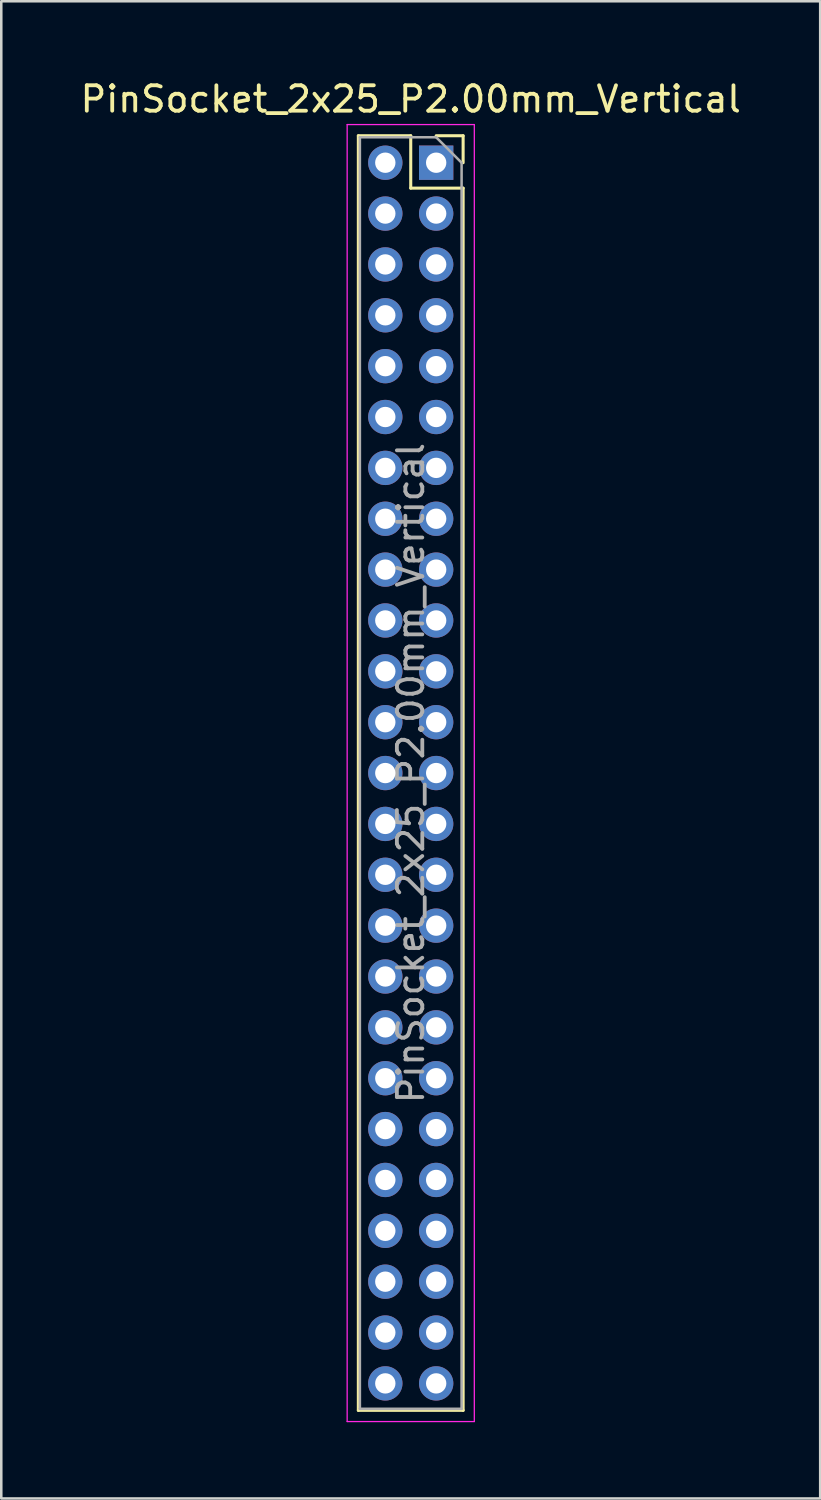
<source format=kicad_pcb>
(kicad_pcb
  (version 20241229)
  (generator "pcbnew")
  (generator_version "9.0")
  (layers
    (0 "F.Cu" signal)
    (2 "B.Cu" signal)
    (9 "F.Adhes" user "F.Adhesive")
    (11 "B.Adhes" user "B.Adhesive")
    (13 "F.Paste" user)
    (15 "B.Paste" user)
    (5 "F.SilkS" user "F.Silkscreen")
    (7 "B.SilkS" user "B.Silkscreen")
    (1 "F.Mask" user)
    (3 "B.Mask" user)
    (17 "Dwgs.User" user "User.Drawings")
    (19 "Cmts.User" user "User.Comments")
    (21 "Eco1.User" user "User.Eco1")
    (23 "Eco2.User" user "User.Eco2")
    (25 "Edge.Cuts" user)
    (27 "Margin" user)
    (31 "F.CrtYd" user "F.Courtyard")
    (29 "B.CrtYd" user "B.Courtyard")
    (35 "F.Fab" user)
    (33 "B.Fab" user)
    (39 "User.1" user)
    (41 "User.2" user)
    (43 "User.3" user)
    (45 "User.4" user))
  (footprint "PinSocket_2x25_P2.00mm_Vertical"
    (layer "F.Cu")
    (at 14.101 3.348)
    (property "Reference" "PinSocket_2x25_P2.00mm_Vertical" (at -1 -2.5 0) (layer "F.SilkS") (effects (font (size 1 1) (thickness 0.15))))
    (attr through_hole)
    (fp_line (start -3.06 -1.06) (end -3.06 49.06) (stroke (width 0.12) (type solid)) (layer "F.SilkS"))
    (fp_line (start -3.06 -1.06) (end -1 -1.06) (stroke (width 0.12) (type solid)) (layer "F.SilkS"))
    (fp_line (start -3.06 49.06) (end 1.06 49.06) (stroke (width 0.12) (type solid)) (layer "F.SilkS"))
    (fp_line (start -1 -1.06) (end -1 1) (stroke (width 0.12) (type solid)) (layer "F.SilkS"))
    (fp_line (start -1 1) (end 1.06 1) (stroke (width 0.12) (type solid)) (layer "F.SilkS"))
    (fp_line (start 0 -1.06) (end 1.06 -1.06) (stroke (width 0.12) (type solid)) (layer "F.SilkS"))
    (fp_line (start 1.06 -1.06) (end 1.06 0) (stroke (width 0.12) (type solid)) (layer "F.SilkS"))
    (fp_line (start 1.06 1) (end 1.06 49.06) (stroke (width 0.12) (type solid)) (layer "F.SilkS"))
    (fp_line (start -3.5 -1.5) (end 1.5 -1.5) (stroke (width 0.05) (type solid)) (layer "F.CrtYd"))
    (fp_line (start -3.5 49.5) (end -3.5 -1.5) (stroke (width 0.05) (type solid)) (layer "F.CrtYd"))
    (fp_line (start 1.5 -1.5) (end 1.5 49.5) (stroke (width 0.05) (type solid)) (layer "F.CrtYd"))
    (fp_line (start 1.5 49.5) (end -3.5 49.5) (stroke (width 0.05) (type solid)) (layer "F.CrtYd"))
    (fp_line (start -3 -1) (end 0 -1) (stroke (width 0.1) (type solid)) (layer "F.Fab"))
    (fp_line (start -3 49) (end -3 -1) (stroke (width 0.1) (type solid)) (layer "F.Fab"))
    (fp_line (start 0 -1) (end 1 0) (stroke (width 0.1) (type solid)) (layer "F.Fab"))
    (fp_line (start 1 0) (end 1 49) (stroke (width 0.1) (type solid)) (layer "F.Fab"))
    (fp_line (start 1 49) (end -3 49) (stroke (width 0.1) (type solid)) (layer "F.Fab"))
    (fp_text user "${REFERENCE}" (at -1 24 90) (layer "F.Fab") (effects (font (size 1 1) (thickness 0.15))))
    (pad "1" thru_hole rect (at 0 0) (size 1.35 1.35) (drill 0.8) (layers "*.Cu" "*.Mask"))
    (pad "2" thru_hole circle (at -2 0) (size 1.35 1.35) (drill 0.8) (layers "*.Cu" "*.Mask"))
    (pad "3" thru_hole circle (at 0 2) (size 1.35 1.35) (drill 0.8) (layers "*.Cu" "*.Mask"))
    (pad "4" thru_hole circle (at -2 2) (size 1.35 1.35) (drill 0.8) (layers "*.Cu" "*.Mask"))
    (pad "5" thru_hole circle (at 0 4) (size 1.35 1.35) (drill 0.8) (layers "*.Cu" "*.Mask"))
    (pad "6" thru_hole circle (at -2 4) (size 1.35 1.35) (drill 0.8) (layers "*.Cu" "*.Mask"))
    (pad "7" thru_hole circle (at 0 6) (size 1.35 1.35) (drill 0.8) (layers "*.Cu" "*.Mask"))
    (pad "8" thru_hole circle (at -2 6) (size 1.35 1.35) (drill 0.8) (layers "*.Cu" "*.Mask"))
    (pad "9" thru_hole circle (at 0 8) (size 1.35 1.35) (drill 0.8) (layers "*.Cu" "*.Mask"))
    (pad "10" thru_hole circle (at -2 8) (size 1.35 1.35) (drill 0.8) (layers "*.Cu" "*.Mask"))
    (pad "11" thru_hole circle (at 0 10) (size 1.35 1.35) (drill 0.8) (layers "*.Cu" "*.Mask"))
    (pad "12" thru_hole circle (at -2 10) (size 1.35 1.35) (drill 0.8) (layers "*.Cu" "*.Mask"))
    (pad "13" thru_hole circle (at 0 12) (size 1.35 1.35) (drill 0.8) (layers "*.Cu" "*.Mask"))
    (pad "14" thru_hole circle (at -2 12) (size 1.35 1.35) (drill 0.8) (layers "*.Cu" "*.Mask"))
    (pad "15" thru_hole circle (at 0 14) (size 1.35 1.35) (drill 0.8) (layers "*.Cu" "*.Mask"))
    (pad "16" thru_hole circle (at -2 14) (size 1.35 1.35) (drill 0.8) (layers "*.Cu" "*.Mask"))
    (pad "17" thru_hole circle (at 0 16) (size 1.35 1.35) (drill 0.8) (layers "*.Cu" "*.Mask"))
    (pad "18" thru_hole circle (at -2 16) (size 1.35 1.35) (drill 0.8) (layers "*.Cu" "*.Mask"))
    (pad "19" thru_hole circle (at 0 18) (size 1.35 1.35) (drill 0.8) (layers "*.Cu" "*.Mask"))
    (pad "20" thru_hole circle (at -2 18) (size 1.35 1.35) (drill 0.8) (layers "*.Cu" "*.Mask"))
    (pad "21" thru_hole circle (at 0 20) (size 1.35 1.35) (drill 0.8) (layers "*.Cu" "*.Mask"))
    (pad "22" thru_hole circle (at -2 20) (size 1.35 1.35) (drill 0.8) (layers "*.Cu" "*.Mask"))
    (pad "23" thru_hole circle (at 0 22) (size 1.35 1.35) (drill 0.8) (layers "*.Cu" "*.Mask"))
    (pad "24" thru_hole circle (at -2 22) (size 1.35 1.35) (drill 0.8) (layers "*.Cu" "*.Mask"))
    (pad "25" thru_hole circle (at 0 24) (size 1.35 1.35) (drill 0.8) (layers "*.Cu" "*.Mask"))
    (pad "26" thru_hole circle (at -2 24) (size 1.35 1.35) (drill 0.8) (layers "*.Cu" "*.Mask"))
    (pad "27" thru_hole circle (at 0 26) (size 1.35 1.35) (drill 0.8) (layers "*.Cu" "*.Mask"))
    (pad "28" thru_hole circle (at -2 26) (size 1.35 1.35) (drill 0.8) (layers "*.Cu" "*.Mask"))
    (pad "29" thru_hole circle (at 0 28) (size 1.35 1.35) (drill 0.8) (layers "*.Cu" "*.Mask"))
    (pad "30" thru_hole circle (at -2 28) (size 1.35 1.35) (drill 0.8) (layers "*.Cu" "*.Mask"))
    (pad "31" thru_hole circle (at 0 30) (size 1.35 1.35) (drill 0.8) (layers "*.Cu" "*.Mask"))
    (pad "32" thru_hole circle (at -2 30) (size 1.35 1.35) (drill 0.8) (layers "*.Cu" "*.Mask"))
    (pad "33" thru_hole circle (at 0 32) (size 1.35 1.35) (drill 0.8) (layers "*.Cu" "*.Mask"))
    (pad "34" thru_hole circle (at -2 32) (size 1.35 1.35) (drill 0.8) (layers "*.Cu" "*.Mask"))
    (pad "35" thru_hole circle (at 0 34) (size 1.35 1.35) (drill 0.8) (layers "*.Cu" "*.Mask"))
    (pad "36" thru_hole circle (at -2 34) (size 1.35 1.35) (drill 0.8) (layers "*.Cu" "*.Mask"))
    (pad "37" thru_hole circle (at 0 36) (size 1.35 1.35) (drill 0.8) (layers "*.Cu" "*.Mask"))
    (pad "38" thru_hole circle (at -2 36) (size 1.35 1.35) (drill 0.8) (layers "*.Cu" "*.Mask"))
    (pad "39" thru_hole circle (at 0 38) (size 1.35 1.35) (drill 0.8) (layers "*.Cu" "*.Mask"))
    (pad "40" thru_hole circle (at -2 38) (size 1.35 1.35) (drill 0.8) (layers "*.Cu" "*.Mask"))
    (pad "41" thru_hole circle (at 0 40) (size 1.35 1.35) (drill 0.8) (layers "*.Cu" "*.Mask"))
    (pad "42" thru_hole circle (at -2 40) (size 1.35 1.35) (drill 0.8) (layers "*.Cu" "*.Mask"))
    (pad "43" thru_hole circle (at 0 42) (size 1.35 1.35) (drill 0.8) (layers "*.Cu" "*.Mask"))
    (pad "44" thru_hole circle (at -2 42) (size 1.35 1.35) (drill 0.8) (layers "*.Cu" "*.Mask"))
    (pad "45" thru_hole circle (at 0 44) (size 1.35 1.35) (drill 0.8) (layers "*.Cu" "*.Mask"))
    (pad "46" thru_hole circle (at -2 44) (size 1.35 1.35) (drill 0.8) (layers "*.Cu" "*.Mask"))
    (pad "47" thru_hole circle (at 0 46) (size 1.35 1.35) (drill 0.8) (layers "*.Cu" "*.Mask"))
    (pad "48" thru_hole circle (at -2 46) (size 1.35 1.35) (drill 0.8) (layers "*.Cu" "*.Mask"))
    (pad "49" thru_hole circle (at 0 48) (size 1.35 1.35) (drill 0.8) (layers "*.Cu" "*.Mask"))
    (pad "50" thru_hole circle (at -2 48) (size 1.35 1.35) (drill 0.8) (layers "*.Cu" "*.Mask")))
  (gr_rect
    (start -3 -3)
    (end 29.202 55.873)
    (stroke (width 0.1) (type default))
    (fill no)
    (layer "Edge.Cuts")))
</source>
